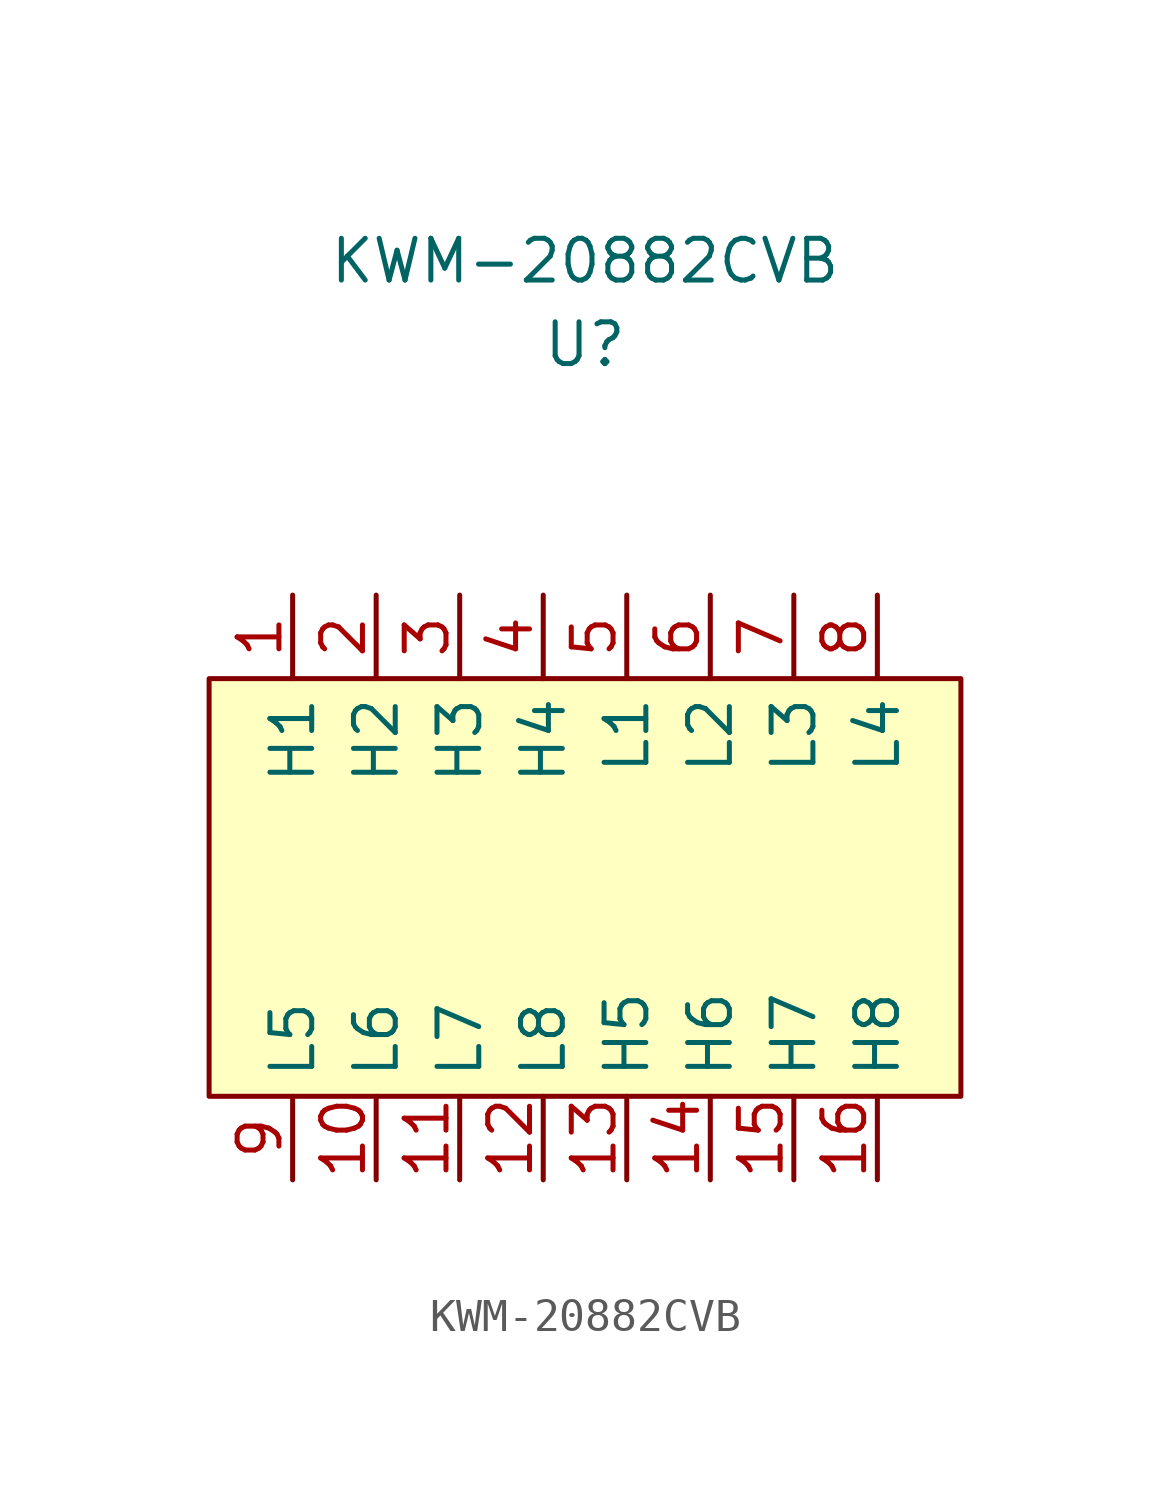
<source format=kicad_sym>
(kicad_symbol_lib
  (version 20211014)
  (generator kicad_symbol_editor)
  (symbol "KWM-20882CVB"
    (property "Reference" "U"
      (at 0 0 0)
      (effects (font (size 1.27 1.27))))
    (property "Value" "KWM-20882CVB"
      (at 0 2.54 0)
      (effects (font (size 1.27 1.27))))
    (symbol "KWM-20882CVB_0_1"
      (rectangle (start -11.43 -10.16) (end 11.43 -22.86) (stroke (width 0.152) (type default) (color 0 0 0 0)) (fill (type background))))
    (symbol "KWM-20882CVB_1_1"
      (pin input line (at -8.89 -7.62 270) (length 2.54) (name "H1" (effects (font (size 1.27 1.27)))) (number "1" (effects (font (size 1.27 1.27)))))
      (pin output line (at -6.35 -25.4 90) (length 2.54) (name "L6" (effects (font (size 1.27 1.27)))) (number "10" (effects (font (size 1.27 1.27)))))
      (pin output line (at -3.81 -25.4 90) (length 2.54) (name "L7" (effects (font (size 1.27 1.27)))) (number "11" (effects (font (size 1.27 1.27)))))
      (pin output line (at -1.27 -25.4 90) (length 2.54) (name "L8" (effects (font (size 1.27 1.27)))) (number "12" (effects (font (size 1.27 1.27)))))
      (pin input line (at 1.27 -25.4 90) (length 2.54) (name "H5" (effects (font (size 1.27 1.27)))) (number "13" (effects (font (size 1.27 1.27)))))
      (pin input line (at 3.81 -25.4 90) (length 2.54) (name "H6" (effects (font (size 1.27 1.27)))) (number "14" (effects (font (size 1.27 1.27)))))
      (pin input line (at 6.35 -25.4 90) (length 2.54) (name "H7" (effects (font (size 1.27 1.27)))) (number "15" (effects (font (size 1.27 1.27)))))
      (pin input line (at 8.89 -25.4 90) (length 2.54) (name "H8" (effects (font (size 1.27 1.27)))) (number "16" (effects (font (size 1.27 1.27)))))
      (pin input line (at -6.35 -7.62 270) (length 2.54) (name "H2" (effects (font (size 1.27 1.27)))) (number "2" (effects (font (size 1.27 1.27)))))
      (pin input line (at -3.81 -7.62 270) (length 2.54) (name "H3" (effects (font (size 1.27 1.27)))) (number "3" (effects (font (size 1.27 1.27)))))
      (pin input line (at -1.27 -7.62 270) (length 2.54) (name "H4" (effects (font (size 1.27 1.27)))) (number "4" (effects (font (size 1.27 1.27)))))
      (pin output line (at 1.27 -7.62 270) (length 2.54) (name "L1" (effects (font (size 1.27 1.27)))) (number "5" (effects (font (size 1.27 1.27)))))
      (pin output line (at 3.81 -7.62 270) (length 2.54) (name "L2" (effects (font (size 1.27 1.27)))) (number "6" (effects (font (size 1.27 1.27)))))
      (pin output line (at 6.35 -7.62 270) (length 2.54) (name "L3" (effects (font (size 1.27 1.27)))) (number "7" (effects (font (size 1.27 1.27)))))
      (pin output line (at 8.89 -7.62 270) (length 2.54) (name "L4" (effects (font (size 1.27 1.27)))) (number "8" (effects (font (size 1.27 1.27)))))
      (pin output line (at -8.89 -25.4 90) (length 2.54) (name "L5" (effects (font (size 1.27 1.27)))) (number "9" (effects (font (size 1.27 1.27))))))))
</source>
